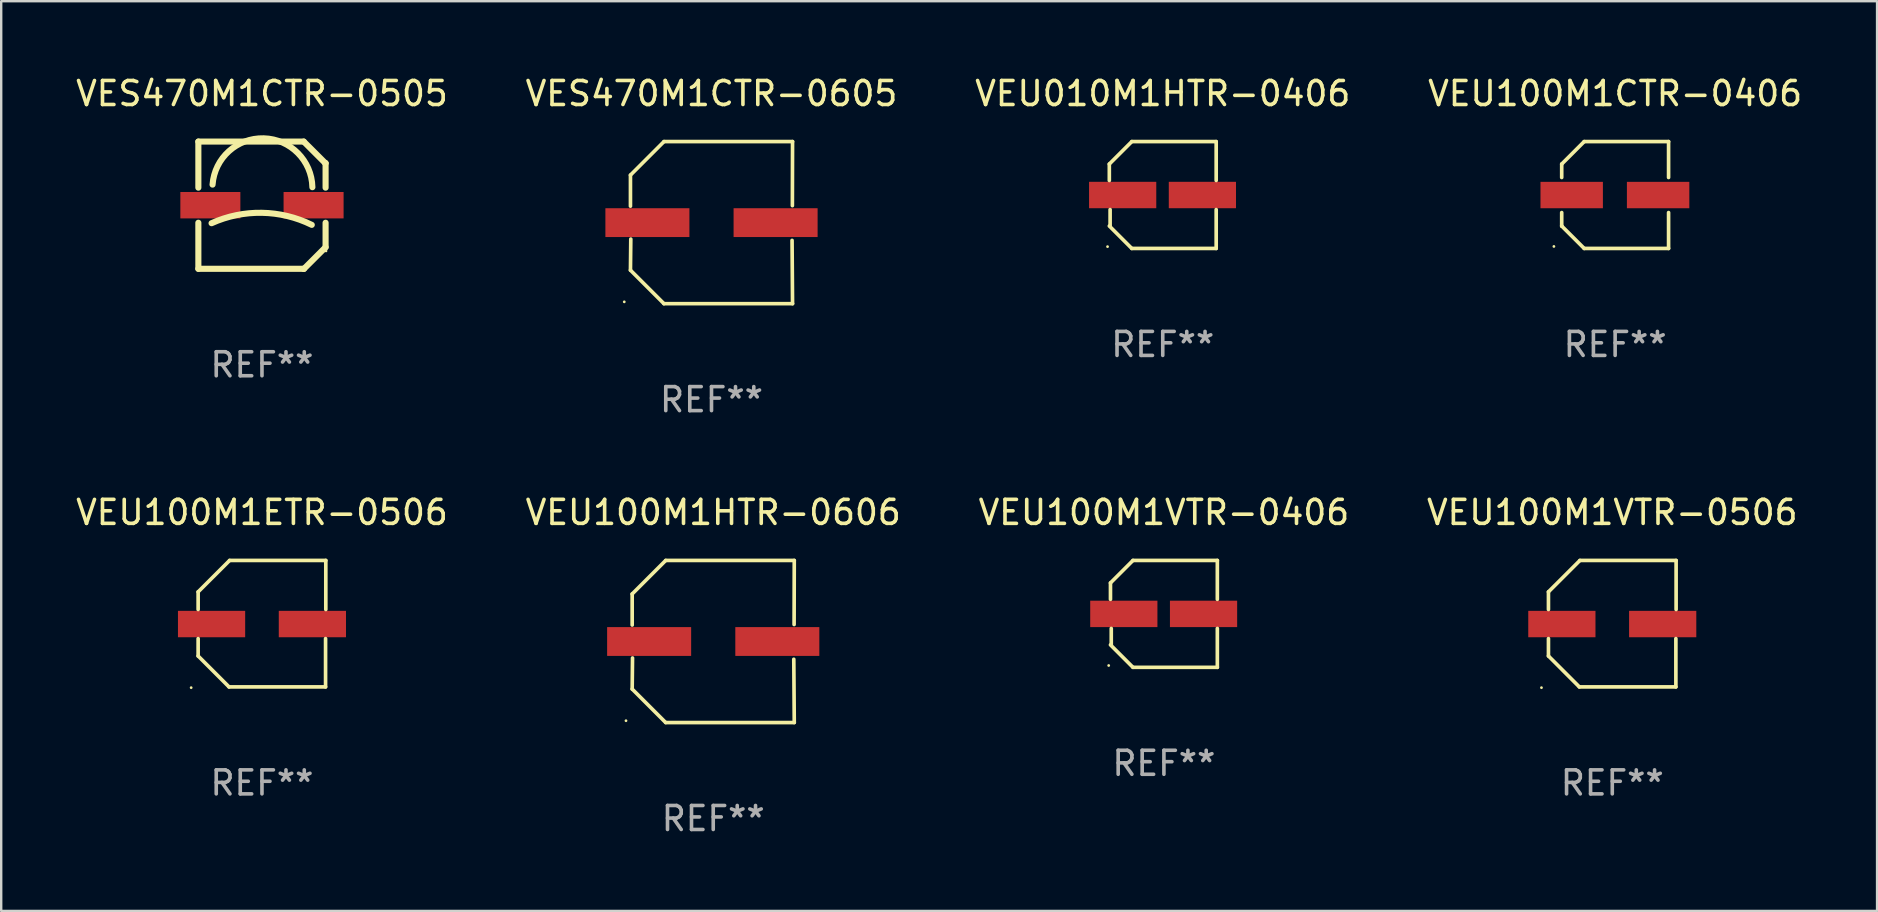
<source format=kicad_pcb>
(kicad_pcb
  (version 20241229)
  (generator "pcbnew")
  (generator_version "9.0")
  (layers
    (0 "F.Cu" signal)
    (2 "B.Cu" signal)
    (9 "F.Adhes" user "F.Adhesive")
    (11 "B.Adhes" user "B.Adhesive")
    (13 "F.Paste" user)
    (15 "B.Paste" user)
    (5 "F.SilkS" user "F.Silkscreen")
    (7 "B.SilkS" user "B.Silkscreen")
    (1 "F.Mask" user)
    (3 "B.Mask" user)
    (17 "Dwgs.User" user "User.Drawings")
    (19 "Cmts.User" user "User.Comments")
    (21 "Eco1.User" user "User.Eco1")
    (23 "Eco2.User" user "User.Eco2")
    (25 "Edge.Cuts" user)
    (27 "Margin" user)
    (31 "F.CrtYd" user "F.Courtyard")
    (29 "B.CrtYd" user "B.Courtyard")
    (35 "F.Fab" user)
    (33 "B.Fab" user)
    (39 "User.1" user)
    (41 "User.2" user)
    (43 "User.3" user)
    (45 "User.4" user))
  (footprint "VEU100M1CTR-0406"
    (layer "F.Cu")
    (at 64.232 5.074)
    (property "Reference" "VEU100M1CTR-0406" (at 0 -4.226 0) (layer "F.SilkS") (effects (font (size 1 1) (thickness 0.15))))
    (attr through_hole)
    (fp_line (start -2.226 -1.289) (end -2.226 -0.73) (stroke (width 0.152) (type solid)) (layer "F.SilkS"))
    (fp_line (start -2.226 0.731) (end -2.226 1.291) (stroke (width 0.152) (type solid)) (layer "F.SilkS"))
    (fp_line (start -2.226 1.291) (end -2.226 1.291) (stroke (width 0.152) (type solid)) (layer "F.SilkS"))
    (fp_line (start -1.29 -2.226) (end -2.226 -1.289) (stroke (width 0.152) (type solid)) (layer "F.SilkS"))
    (fp_line (start -1.289 2.226) (end -2.226 1.291) (stroke (width 0.152) (type solid)) (layer "F.SilkS"))
    (fp_line (start 2.226 -2.226) (end -1.29 -2.226) (stroke (width 0.152) (type solid)) (layer "F.SilkS"))
    (fp_line (start 2.226 -0.73) (end 2.226 -2.226) (stroke (width 0.152) (type solid)) (layer "F.SilkS"))
    (fp_line (start 2.226 2.226) (end -1.289 2.226) (stroke (width 0.152) (type solid)) (layer "F.SilkS"))
    (fp_line (start 2.226 2.226) (end 2.226 0.731) (stroke (width 0.152) (type solid)) (layer "F.SilkS"))
    (fp_circle (center -2.551 2.142) (end -2.521 2.142) (stroke (width 0.06) (type solid)) (fill no) (layer "F.SilkS"))
    (fp_text user "REF**" (at 0 6.226 0) (layer "F.Fab") (effects (font (size 1 1) (thickness 0.15))))
    (pad "1" smd rect (at -1.81 0.001) (size 2.6 1.1) (layers "F.Cu" "F.Mask" "F.Paste"))
    (pad "2" smd rect (at 1.79 0.001) (size 2.6 1.1) (layers "F.Cu" "F.Mask" "F.Paste")))
  (footprint "VES470M1CTR-0605"
    (layer "F.Cu")
    (at 26.589 6.224)
    (property "Reference" "VES470M1CTR-0605" (at 0 -5.376 0) (layer "F.SilkS") (effects (font (size 1 1) (thickness 0.15))))
    (attr through_hole)
    (fp_line (start -3.376 -1.98) (end -3.376 -0.686) (stroke (width 0.152) (type solid)) (layer "F.SilkS"))
    (fp_line (start -3.376 1.981) (end -3.362 0.686) (stroke (width 0.152) (type solid)) (layer "F.SilkS"))
    (fp_line (start -1.981 3.376) (end -3.376 1.981) (stroke (width 0.152) (type solid)) (layer "F.SilkS"))
    (fp_line (start -1.98 -3.376) (end -3.376 -1.98) (stroke (width 0.152) (type solid)) (layer "F.SilkS"))
    (fp_line (start 3.356 0.74) (end 3.376 3.376) (stroke (width 0.152) (type solid)) (layer "F.SilkS"))
    (fp_line (start 3.369 -0.707) (end 3.376 -3.376) (stroke (width 0.152) (type solid)) (layer "F.SilkS"))
    (fp_line (start 3.376 3.376) (end -1.981 3.376) (stroke (width 0.152) (type solid)) (layer "F.SilkS"))
    (fp_line (start 3.376 -3.376) (end -1.98 -3.376) (stroke (width 0.152) (type solid)) (layer "F.SilkS"))
    (fp_circle (center -3.634 3.3) (end -3.604 3.3) (stroke (width 0.06) (type solid)) (fill no) (layer "F.SilkS"))
    (fp_text user "REF**" (at 0 7.376 0) (layer "F.Fab") (effects (font (size 1 1) (thickness 0.15))))
    (pad "1" smd rect (at -2.67 0.000254) (size 3.5 1.2) (layers "F.Cu" "F.Mask" "F.Paste"))
    (pad "2" smd rect (at 2.67 0.000254) (size 3.5 1.2) (layers "F.Cu" "F.Mask" "F.Paste")))
  (footprint "VEU100M1HTR-0606"
    (layer "F.Cu")
    (at 26.661 23.673)
    (property "Reference" "VEU100M1HTR-0606" (at 0 -5.376 0) (layer "F.SilkS") (effects (font (size 1 1) (thickness 0.15))))
    (attr through_hole)
    (fp_line (start -3.376 -1.98) (end -3.376 -0.686) (stroke (width 0.152) (type solid)) (layer "F.SilkS"))
    (fp_line (start -3.376 1.981) (end -3.362 0.686) (stroke (width 0.152) (type solid)) (layer "F.SilkS"))
    (fp_line (start -1.981 3.376) (end -3.376 1.981) (stroke (width 0.152) (type solid)) (layer "F.SilkS"))
    (fp_line (start -1.98 -3.376) (end -3.376 -1.98) (stroke (width 0.152) (type solid)) (layer "F.SilkS"))
    (fp_line (start 3.356 0.74) (end 3.376 3.376) (stroke (width 0.152) (type solid)) (layer "F.SilkS"))
    (fp_line (start 3.369 -0.707) (end 3.376 -3.376) (stroke (width 0.152) (type solid)) (layer "F.SilkS"))
    (fp_line (start 3.376 3.376) (end -1.981 3.376) (stroke (width 0.152) (type solid)) (layer "F.SilkS"))
    (fp_line (start 3.376 -3.376) (end -1.98 -3.376) (stroke (width 0.152) (type solid)) (layer "F.SilkS"))
    (fp_circle (center -3.634 3.3) (end -3.604 3.3) (stroke (width 0.06) (type solid)) (fill no) (layer "F.SilkS"))
    (fp_text user "REF**" (at 0 7.376 0) (layer "F.Fab") (effects (font (size 1 1) (thickness 0.15))))
    (pad "1" smd rect (at -2.67 0.000254) (size 3.5 1.2) (layers "F.Cu" "F.Mask" "F.Paste"))
    (pad "2" smd rect (at 2.67 0.000254) (size 3.5 1.2) (layers "F.Cu" "F.Mask" "F.Paste")))
  (footprint "VES470M1CTR-0505"
    (layer "F.Cu")
    (at 7.863 5.498)
    (property "Reference" "VES470M1CTR-0505" (at 0 -4.65 0) (layer "F.SilkS") (effects (font (size 1 1) (thickness 0.15))))
    (attr through_hole)
    (fp_line (start -2.65 -2.65) (end 1.74 -2.65) (stroke (width 0.254) (type solid)) (layer "F.SilkS"))
    (fp_line (start -2.65 -0.731) (end -2.65 -2.65) (stroke (width 0.254) (type solid)) (layer "F.SilkS"))
    (fp_line (start -2.65 2.65) (end -2.65 0.731) (stroke (width 0.254) (type solid)) (layer "F.SilkS"))
    (fp_line (start -2.65 2.65) (end 1.73 2.65) (stroke (width 0.254) (type solid)) (layer "F.SilkS"))
    (fp_line (start 1.73 2.65) (end 1.75 2.65) (stroke (width 0.254) (type solid)) (layer "F.SilkS"))
    (fp_line (start 1.75 2.65) (end 2.65 1.75) (stroke (width 0.254) (type solid)) (layer "F.SilkS"))
    (fp_line (start 2.64 -1.75) (end 1.74 -2.65) (stroke (width 0.254) (type solid)) (layer "F.SilkS"))
    (fp_line (start 2.65 -1.75) (end 2.64 -1.75) (stroke (width 0.254) (type solid)) (layer "F.SilkS"))
    (fp_line (start 2.65 -0.731) (end 2.65 -1.75) (stroke (width 0.254) (type solid)) (layer "F.SilkS"))
    (fp_line (start 2.65 1.75) (end 2.65 0.731) (stroke (width 0.254) (type solid)) (layer "F.SilkS"))
    (fp_arc (start -2.1 0.749886) (mid -0.005214 0.316693) (end 2.074168 0.818644) (stroke (width 0.254001) (type solid)) (layer "F.SilkS"))
    (fp_arc (start -2.058369 -0.857759) (mid 0.072137 -2.78601) (end 2.1 -0.750089) (stroke (width 0.254001) (type solid)) (layer "F.SilkS"))
    (fp_circle (center 2.667 1.905) (end 2.697 1.905) (stroke (width 0.06) (type solid)) (fill no) (layer "F.SilkS"))
    (fp_text user "REF**" (at 0 6.65 0) (layer "F.Fab") (effects (font (size 1 1) (thickness 0.15))))
    (pad "1" smd rect (at 2.15 0) (size 2.5 1.1) (layers "F.Cu" "F.Mask" "F.Paste"))
    (pad "2" smd rect (at -2.15 0) (size 2.5 1.1) (layers "F.Cu" "F.Mask" "F.Paste")))
  (footprint "VEU100M1VTR-0406"
    (layer "F.Cu")
    (at 45.435 22.523)
    (property "Reference" "VEU100M1VTR-0406" (at 0 -4.226 0) (layer "F.SilkS") (effects (font (size 1 1) (thickness 0.15))))
    (attr through_hole)
    (fp_line (start -2.226 -1.29) (end -2.226 -0.607) (stroke (width 0.152) (type solid)) (layer "F.SilkS"))
    (fp_line (start -2.193 1.29) (end -2.193 0.607) (stroke (width 0.152) (type solid)) (layer "F.SilkS"))
    (fp_line (start -1.29 2.226) (end -2.226 1.29) (stroke (width 0.152) (type solid)) (layer "F.SilkS"))
    (fp_line (start -1.29 -2.226) (end -2.226 -1.29) (stroke (width 0.152) (type solid)) (layer "F.SilkS"))
    (fp_line (start 2.226 -2.226) (end -1.29 -2.226) (stroke (width 0.152) (type solid)) (layer "F.SilkS"))
    (fp_line (start 2.226 -0.607) (end 2.226 -2.226) (stroke (width 0.152) (type solid)) (layer "F.SilkS"))
    (fp_line (start 2.226 0.607) (end 2.226 2.226) (stroke (width 0.152) (type solid)) (layer "F.SilkS"))
    (fp_line (start 2.226 2.226) (end -1.29 2.226) (stroke (width 0.152) (type solid)) (layer "F.SilkS"))
    (fp_circle (center -2.3 2.15) (end -2.27 2.15) (stroke (width 0.06) (type solid)) (fill no) (layer "F.SilkS"))
    (fp_text user "REF**" (at 0 6.226 0) (layer "F.Fab") (effects (font (size 1 1) (thickness 0.15))))
    (pad "1" smd rect (at -1.67 -0.000025) (size 2.8 1.1) (layers "F.Cu" "F.Mask" "F.Paste"))
    (pad "2" smd rect (at 1.651 -0.000025) (size 2.8 1.1) (layers "F.Cu" "F.Mask" "F.Paste")))
  (footprint "VEU100M1VTR-0506"
    (layer "F.Cu")
    (at 64.113 22.931)
    (property "Reference" "VEU100M1VTR-0506" (at 0 -4.634 0) (layer "F.SilkS") (effects (font (size 1 1) (thickness 0.15))))
    (attr through_hole)
    (fp_line (start -2.659 -1.326) (end -2.659 -0.592) (stroke (width 0.152) (type solid)) (layer "F.SilkS"))
    (fp_line (start -2.659 1.346) (end -2.659 0.622) (stroke (width 0.152) (type solid)) (layer "F.SilkS"))
    (fp_line (start -1.372 2.634) (end -2.659 1.346) (stroke (width 0.152) (type solid)) (layer "F.SilkS"))
    (fp_line (start -1.349 -2.634) (end -2.659 -1.326) (stroke (width 0.152) (type solid)) (layer "F.SilkS"))
    (fp_line (start 2.649 0.622) (end 2.649 2.634) (stroke (width 0.152) (type solid)) (layer "F.SilkS"))
    (fp_line (start 2.649 2.634) (end -1.372 2.634) (stroke (width 0.152) (type solid)) (layer "F.SilkS"))
    (fp_line (start 2.659 -2.634) (end -1.349 -2.634) (stroke (width 0.152) (type solid)) (layer "F.SilkS"))
    (fp_line (start 2.659 -0.592) (end 2.659 -2.634) (stroke (width 0.152) (type solid)) (layer "F.SilkS"))
    (fp_circle (center -2.95 2.665) (end -2.92 2.665) (stroke (width 0.06) (type solid)) (fill no) (layer "F.SilkS"))
    (fp_text user "REF**" (at 0 6.634 0) (layer "F.Fab") (effects (font (size 1 1) (thickness 0.15))))
    (pad "1" smd rect (at -2.1 0.015) (size 2.8 1.1) (layers "F.Cu" "F.Mask" "F.Paste"))
    (pad "2" smd rect (at 2.1 0.015) (size 2.8 1.1) (layers "F.Cu" "F.Mask" "F.Paste")))
  (footprint "VEU100M1ETR-0506"
    (layer "F.Cu")
    (at 7.863 22.931)
    (property "Reference" "VEU100M1ETR-0506" (at 0 -4.634 0) (layer "F.SilkS") (effects (font (size 1 1) (thickness 0.15))))
    (attr through_hole)
    (fp_line (start -2.659 -1.326) (end -2.659 -0.592) (stroke (width 0.152) (type solid)) (layer "F.SilkS"))
    (fp_line (start -2.659 1.346) (end -2.659 0.622) (stroke (width 0.152) (type solid)) (layer "F.SilkS"))
    (fp_line (start -1.372 2.634) (end -2.659 1.346) (stroke (width 0.152) (type solid)) (layer "F.SilkS"))
    (fp_line (start -1.349 -2.634) (end -2.659 -1.326) (stroke (width 0.152) (type solid)) (layer "F.SilkS"))
    (fp_line (start 2.649 0.622) (end 2.649 2.634) (stroke (width 0.152) (type solid)) (layer "F.SilkS"))
    (fp_line (start 2.649 2.634) (end -1.372 2.634) (stroke (width 0.152) (type solid)) (layer "F.SilkS"))
    (fp_line (start 2.659 -2.634) (end -1.349 -2.634) (stroke (width 0.152) (type solid)) (layer "F.SilkS"))
    (fp_line (start 2.659 -0.592) (end 2.659 -2.634) (stroke (width 0.152) (type solid)) (layer "F.SilkS"))
    (fp_circle (center -2.95 2.665) (end -2.92 2.665) (stroke (width 0.06) (type solid)) (fill no) (layer "F.SilkS"))
    (fp_text user "REF**" (at 0 6.634 0) (layer "F.Fab") (effects (font (size 1 1) (thickness 0.15))))
    (pad "1" smd rect (at -2.1 0.015) (size 2.8 1.1) (layers "F.Cu" "F.Mask" "F.Paste"))
    (pad "2" smd rect (at 2.1 0.015) (size 2.8 1.1) (layers "F.Cu" "F.Mask" "F.Paste")))
  (footprint "VEU010M1HTR-0406"
    (layer "F.Cu")
    (at 45.387 5.074)
    (property "Reference" "VEU010M1HTR-0406" (at 0 -4.226 0) (layer "F.SilkS") (effects (font (size 1 1) (thickness 0.15))))
    (attr through_hole)
    (fp_line (start -2.226 -1.29) (end -2.226 -0.607) (stroke (width 0.152) (type solid)) (layer "F.SilkS"))
    (fp_line (start -2.193 1.29) (end -2.193 0.607) (stroke (width 0.152) (type solid)) (layer "F.SilkS"))
    (fp_line (start -1.29 2.226) (end -2.226 1.29) (stroke (width 0.152) (type solid)) (layer "F.SilkS"))
    (fp_line (start -1.29 -2.226) (end -2.226 -1.29) (stroke (width 0.152) (type solid)) (layer "F.SilkS"))
    (fp_line (start 2.226 -2.226) (end -1.29 -2.226) (stroke (width 0.152) (type solid)) (layer "F.SilkS"))
    (fp_line (start 2.226 -0.607) (end 2.226 -2.226) (stroke (width 0.152) (type solid)) (layer "F.SilkS"))
    (fp_line (start 2.226 0.607) (end 2.226 2.226) (stroke (width 0.152) (type solid)) (layer "F.SilkS"))
    (fp_line (start 2.226 2.226) (end -1.29 2.226) (stroke (width 0.152) (type solid)) (layer "F.SilkS"))
    (fp_circle (center -2.3 2.15) (end -2.27 2.15) (stroke (width 0.06) (type solid)) (fill no) (layer "F.SilkS"))
    (fp_text user "REF**" (at 0 6.226 0) (layer "F.Fab") (effects (font (size 1 1) (thickness 0.15))))
    (pad "1" smd rect (at -1.67 -0.000025) (size 2.8 1.1) (layers "F.Cu" "F.Mask" "F.Paste"))
    (pad "2" smd rect (at 1.651 -0.000025) (size 2.8 1.1) (layers "F.Cu" "F.Mask" "F.Paste")))
  (gr_rect
    (start -3 -3)
    (end 75.143 34.897)
    (stroke (width 0.1) (type default))
    (fill no)
    (layer "Edge.Cuts")))
</source>
